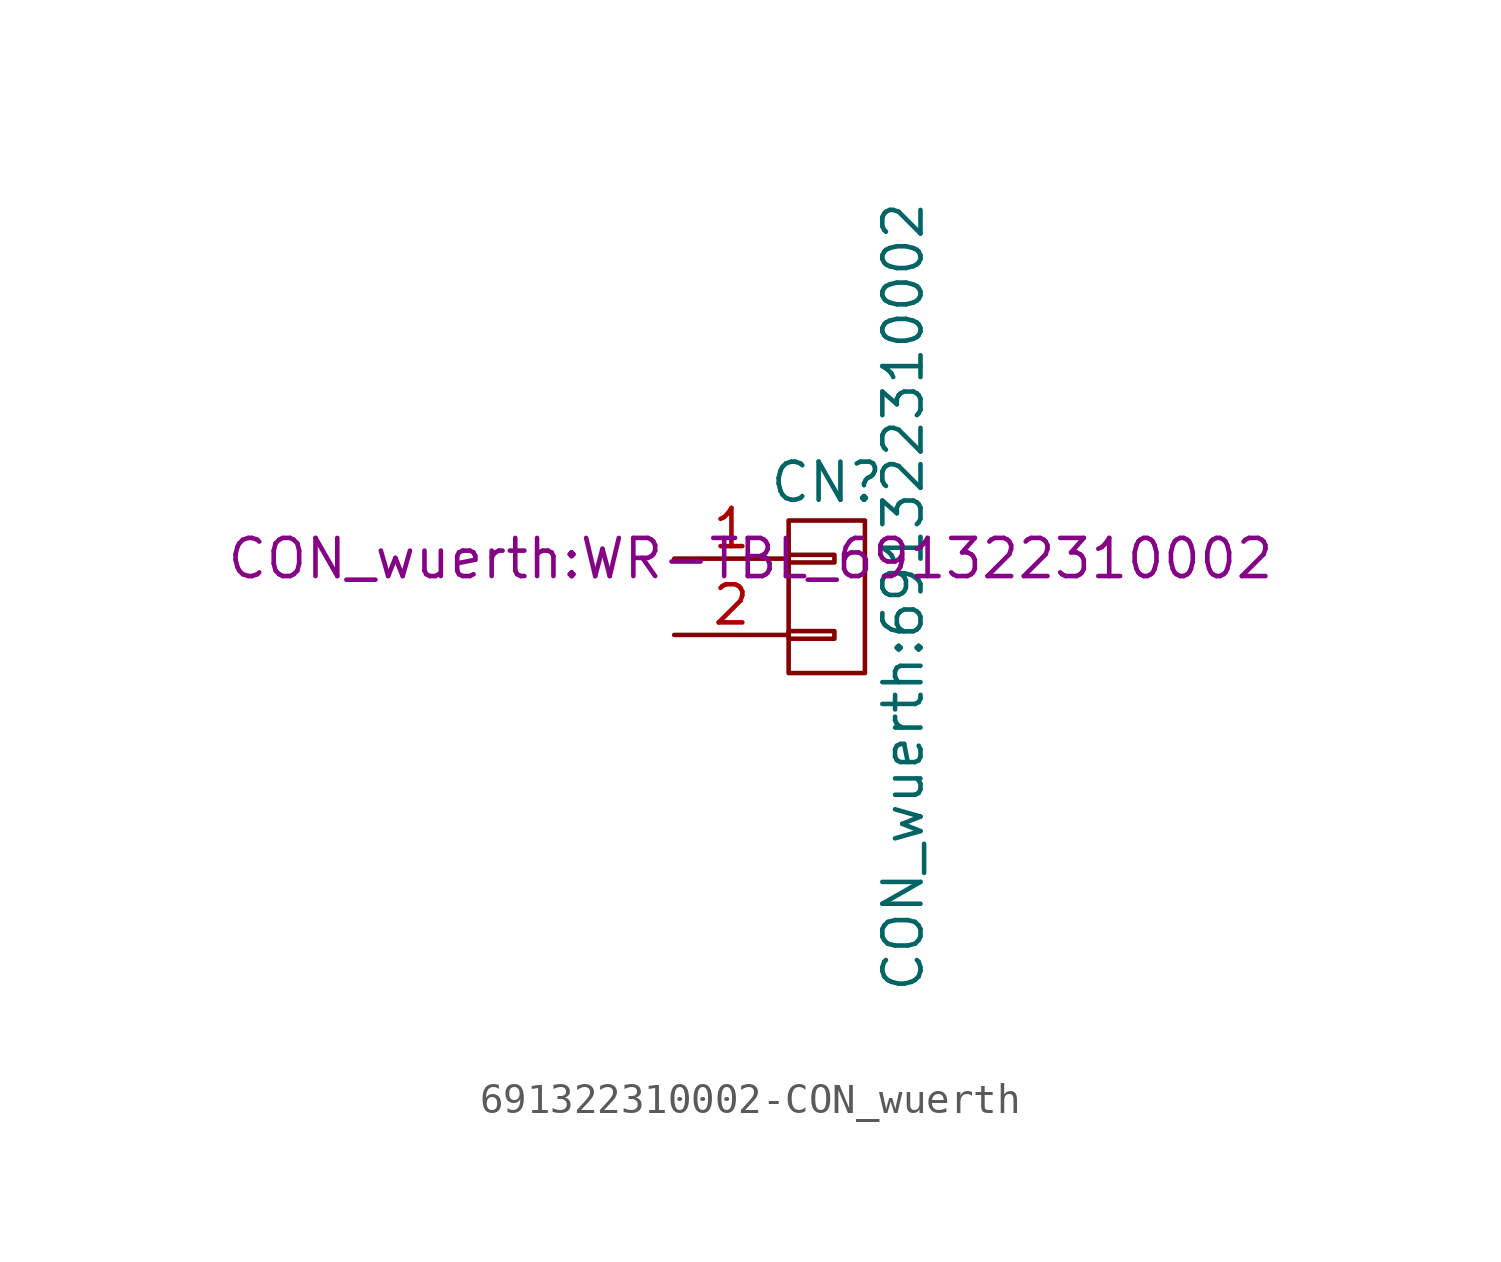
<source format=kicad_sym>
(kicad_symbol_lib
  (version 20231120)
  (generator "kicad_symbol_editor")
  (generator_version "8.0")
  (symbol "691322310002-CON_wuerth"
    (pin_names
      (offset 1.016) hide)
    (property "Reference" "CN"
      (at 0 3.81 0)
      (effects (font (size 1.27 1.27))))
    (property "Value" "CON_wuerth:691322310002"
      (at 2.54 0 90)
      (effects (font (size 1.27 1.27))))
    (property "Footprint" "CON_wuerth:WR-TBL_691322310002"
      (at -2.54 1.27 0)
      (effects (font (size 1.27 1.27))))
    (property "Datasheet" ""
      (at 0 -7.62 0)
      (effects (font (size 1.27 1.27))))
    (symbol "691322310002-CON_wuerth_0_1"
      (rectangle (start -1.27 -2.54) (end 1.27 2.54) (stroke (width 0) (type solid)) (fill (type none)))
      (rectangle (start -1.27 -1.143) (end 0.254 -1.397) (stroke (width 0) (type solid)) (fill (type none)))
      (rectangle (start -1.27 1.397) (end 0.254 1.143) (stroke (width 0) (type solid)) (fill (type none))))
    (symbol "691322310002-CON_wuerth_1_1"
      (pin passive line (at -5.08 1.27 0) (length 3.81) (name "P1" (effects (font (size 1.27 1.27)))) (number "1" (effects (font (size 1.27 1.27)))))
      (pin passive line (at -5.08 -1.27 0) (length 3.81) (name "P2" (effects (font (size 1.27 1.27)))) (number "2" (effects (font (size 1.27 1.27))))))))
</source>
